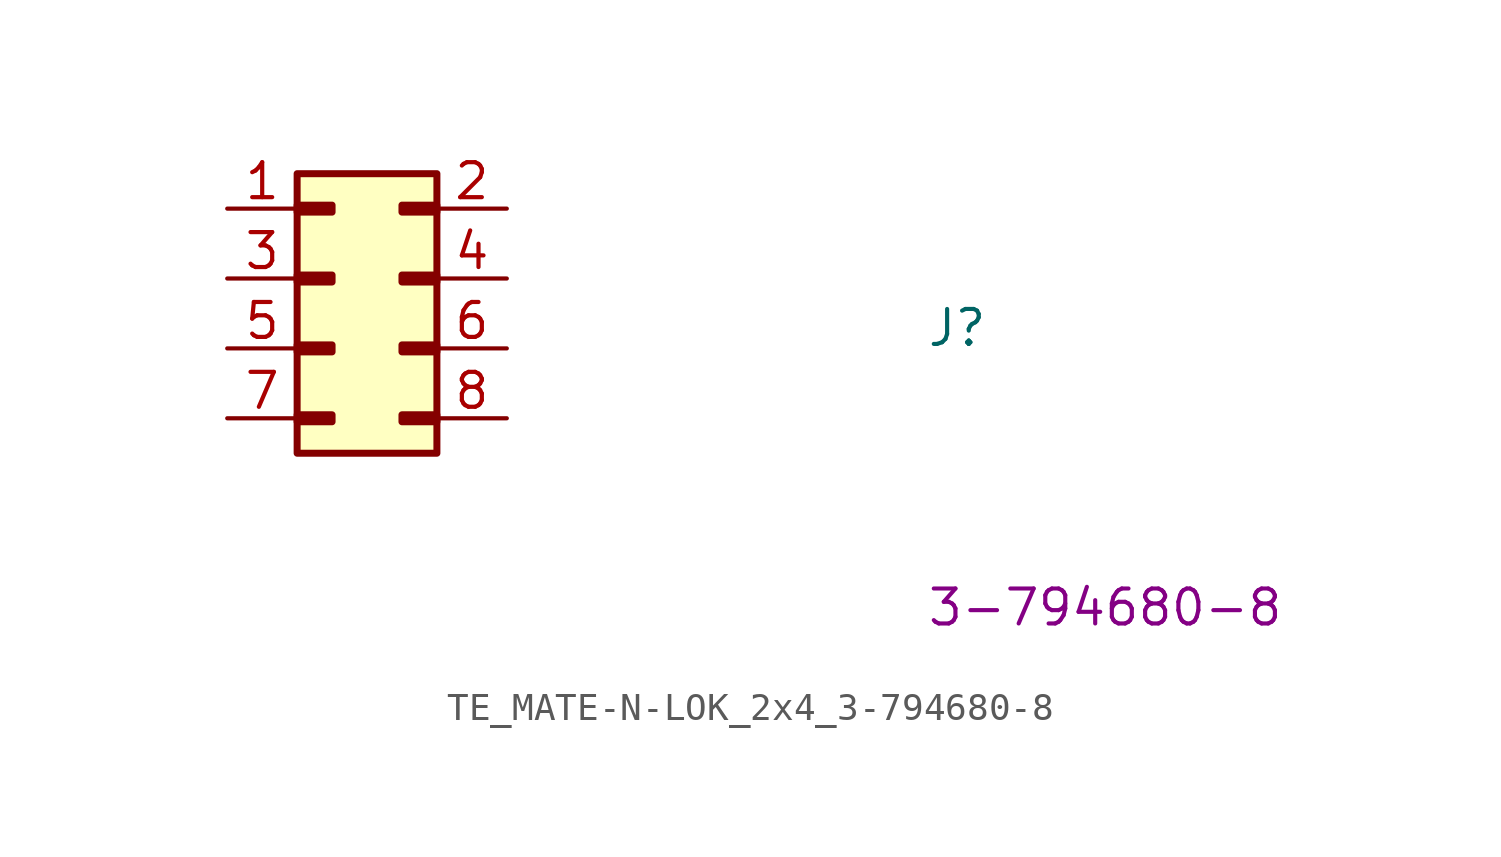
<source format=kicad_sym>
(kicad_symbol_lib
  (version 20220914)
  (generator kicad_symbol_editor)
  (symbol "TE_MATE-N-LOK_2x4_3-794680-8"
    (property "Reference" "J"
      (at 25.4 -5.08 0)
      (effects (font (size 1.27 1.27) (thickness 0.15)) (justify left bottom)))
    (property "MPN" "3-794680-8"
      (at 25.4 -15.24 0)
      (effects (font (size 1.27 1.27) (thickness 0.15)) (justify left bottom)))
    (symbol "TE_MATE-N-LOK_2x4_3-794680-8_1_1"
      (rectangle (start 2.54 -7.493) (end 3.81 -7.747) (stroke (width 0.254) (type default)) (fill (type background)))
      (rectangle (start 2.54 -4.953) (end 3.81 -5.207) (stroke (width 0.254) (type default)) (fill (type background)))
      (rectangle (start 2.54 -2.413) (end 3.81 -2.667) (stroke (width 0.254) (type default)) (fill (type background)))
      (rectangle (start 2.54 0.127) (end 3.81 -0.127) (stroke (width 0.254) (type default)) (fill (type background)))
      (rectangle (start 2.54 1.27) (end 7.62 -8.89) (stroke (width 0.254) (type default)) (fill (type background)))
      (rectangle (start 6.35 -7.493) (end 7.62 -7.747) (stroke (width 0.254) (type default)) (fill (type background)))
      (rectangle (start 6.35 -4.953) (end 7.62 -5.207) (stroke (width 0.254) (type default)) (fill (type background)))
      (rectangle (start 6.35 -2.413) (end 7.62 -2.667) (stroke (width 0.254) (type default)) (fill (type background)))
      (rectangle (start 6.35 0.127) (end 7.62 -0.127) (stroke (width 0.254) (type default)) (fill (type background)))
      (pin passive line (at 0 0 0) (length 2.54) (name "~" (effects (font (size 1.27 1.27)))) (number "1" (effects (font (size 1.27 1.27)))))
      (pin passive line (at 10.16 0 180) (length 2.54) (name "~" (effects (font (size 1.27 1.27)))) (number "2" (effects (font (size 1.27 1.27)))))
      (pin passive line (at 0 -2.54 0) (length 2.54) (name "~" (effects (font (size 1.27 1.27)))) (number "3" (effects (font (size 1.27 1.27)))))
      (pin passive line (at 10.16 -2.54 180) (length 2.54) (name "~" (effects (font (size 1.27 1.27)))) (number "4" (effects (font (size 1.27 1.27)))))
      (pin passive line (at 0 -5.08 0) (length 2.54) (name "~" (effects (font (size 1.27 1.27)))) (number "5" (effects (font (size 1.27 1.27)))))
      (pin passive line (at 10.16 -5.08 180) (length 2.54) (name "~" (effects (font (size 1.27 1.27)))) (number "6" (effects (font (size 1.27 1.27)))))
      (pin passive line (at 0 -7.62 0) (length 2.54) (name "~" (effects (font (size 1.27 1.27)))) (number "7" (effects (font (size 1.27 1.27)))))
      (pin passive line (at 10.16 -7.62 180) (length 2.54) (name "~" (effects (font (size 1.27 1.27)))) (number "8" (effects (font (size 1.27 1.27))))))))
</source>
